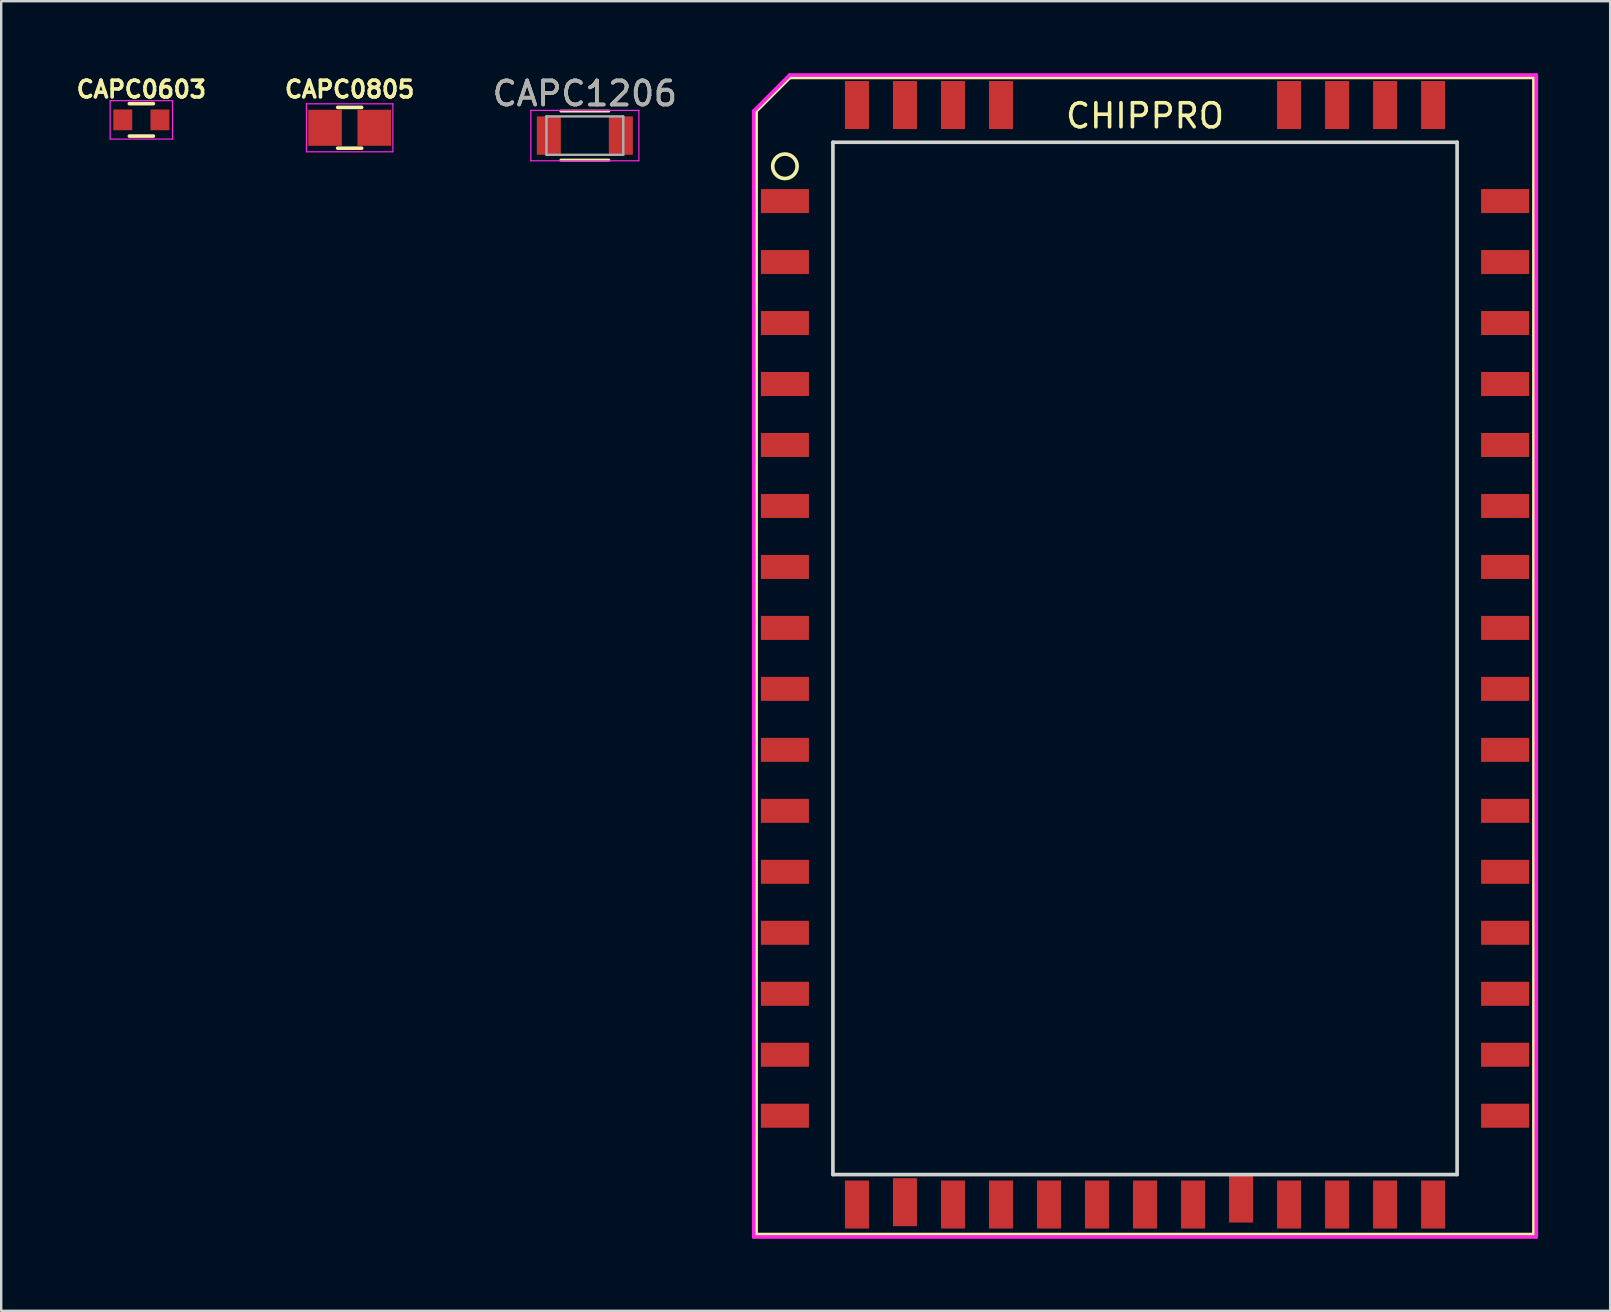
<source format=kicad_pcb>
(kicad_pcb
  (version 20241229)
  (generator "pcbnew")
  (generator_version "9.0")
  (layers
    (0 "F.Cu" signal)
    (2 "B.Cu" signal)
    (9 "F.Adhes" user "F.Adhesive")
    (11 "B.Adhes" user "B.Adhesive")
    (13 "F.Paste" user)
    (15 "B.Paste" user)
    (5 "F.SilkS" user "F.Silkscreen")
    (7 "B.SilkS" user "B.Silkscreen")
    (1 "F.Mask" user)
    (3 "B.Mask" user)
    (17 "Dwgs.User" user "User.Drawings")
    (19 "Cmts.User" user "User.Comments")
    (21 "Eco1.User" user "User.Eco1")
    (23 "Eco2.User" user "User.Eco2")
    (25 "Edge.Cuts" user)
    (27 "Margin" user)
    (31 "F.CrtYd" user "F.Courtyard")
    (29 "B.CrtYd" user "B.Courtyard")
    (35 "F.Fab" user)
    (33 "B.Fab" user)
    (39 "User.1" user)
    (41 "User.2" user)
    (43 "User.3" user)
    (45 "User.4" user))
  (footprint "CHIPPRO"
    (layer "F.Cu")
    (at 44.646 24.376)
    (property "Reference" "CHIPPRO" (at 0 -22.6 0) (layer "F.SilkS") (effects (font (size 1 1) (thickness 0.15))))
    (attr through_hole)
    (fp_line (start -16.2 -22.8) (end -16.2 24) (stroke (width 0.152) (type solid)) (layer "F.SilkS"))
    (fp_line (start -16.2 -22.8) (end -14.8 -24.2) (stroke (width 0.152) (type solid)) (layer "F.SilkS"))
    (fp_line (start -16.2 24) (end 16.2 24) (stroke (width 0.152) (type solid)) (layer "F.SilkS"))
    (fp_line (start 16.2 -24.2) (end -14.8 -24.2) (stroke (width 0.152) (type solid)) (layer "F.SilkS"))
    (fp_line (start 16.2 24) (end 16.2 -24.2) (stroke (width 0.152) (type solid)) (layer "F.SilkS"))
    (fp_circle (center -15 -20.5) (end -15.1 -20) (stroke (width 0.152) (type solid)) (fill no) (layer "F.SilkS"))
    (fp_line (start -13 -21.5) (end -13 21.5) (stroke (width 0.152) (type solid)) (layer "Edge.Cuts"))
    (fp_line (start -13 -21.5) (end 13 -21.5) (stroke (width 0.152) (type solid)) (layer "Edge.Cuts"))
    (fp_line (start -13 21.5) (end 13 21.5) (stroke (width 0.152) (type solid)) (layer "Edge.Cuts"))
    (fp_line (start 13 -21.5) (end 13 21.5) (stroke (width 0.152) (type solid)) (layer "Edge.Cuts"))
    (fp_line (start -16.3 -22.8) (end -16.3 24.1) (stroke (width 0.152) (type solid)) (layer "F.CrtYd"))
    (fp_line (start -16.3 24.1) (end 16.3 24.1) (stroke (width 0.152) (type solid)) (layer "F.CrtYd"))
    (fp_line (start -14.8 -24.3) (end -16.3 -22.8) (stroke (width 0.152) (type solid)) (layer "F.CrtYd"))
    (fp_line (start 16.3 -24.3) (end -14.8 -24.3) (stroke (width 0.152) (type solid)) (layer "F.CrtYd"))
    (fp_line (start 16.3 24.1) (end 16.3 -24.3) (stroke (width 0.152) (type solid)) (layer "F.CrtYd"))
    (pad "1" smd rect (at -15 -19.05) (size 2 1) (layers "F.Cu" "F.Mask" "F.Paste"))
    (pad "2" smd rect (at -15 -16.51) (size 2 1) (layers "F.Cu" "F.Mask" "F.Paste"))
    (pad "3" smd rect (at -15 -13.97) (size 2 1) (layers "F.Cu" "F.Mask" "F.Paste"))
    (pad "4" smd rect (at -15 -11.43) (size 2 1) (layers "F.Cu" "F.Mask" "F.Paste"))
    (pad "5" smd rect (at -15 -8.89) (size 2 1) (layers "F.Cu" "F.Mask" "F.Paste"))
    (pad "6" smd rect (at -15 -6.35) (size 2 1) (layers "F.Cu" "F.Mask" "F.Paste"))
    (pad "7" smd rect (at -15 -3.81) (size 2 1) (layers "F.Cu" "F.Mask" "F.Paste"))
    (pad "8" smd rect (at -15 -1.27) (size 2 1) (layers "F.Cu" "F.Mask" "F.Paste"))
    (pad "9" smd rect (at -15 1.27) (size 2 1) (layers "F.Cu" "F.Mask" "F.Paste"))
    (pad "10" smd rect (at -15 3.81) (size 2 1) (layers "F.Cu" "F.Mask" "F.Paste"))
    (pad "11" smd rect (at -15 6.35) (size 2 1) (layers "F.Cu" "F.Mask" "F.Paste"))
    (pad "12" smd rect (at -15 8.89) (size 2 1) (layers "F.Cu" "F.Mask" "F.Paste"))
    (pad "13" smd rect (at -15 11.43) (size 2 1) (layers "F.Cu" "F.Mask" "F.Paste"))
    (pad "14" smd rect (at -15 13.97) (size 2 1) (layers "F.Cu" "F.Mask" "F.Paste"))
    (pad "15" smd rect (at -15 16.51) (size 2 1) (layers "F.Cu" "F.Mask" "F.Paste"))
    (pad "16" smd rect (at -15 19.05) (size 2 1) (layers "F.Cu" "F.Mask" "F.Paste"))
    (pad "17" smd rect (at -12 22.75) (size 1 2) (layers "F.Cu" "F.Mask" "F.Paste"))
    (pad "18" smd rect (at -10 22.65) (size 1 2) (layers "F.Cu" "F.Mask" "F.Paste"))
    (pad "19" smd rect (at -8 22.75) (size 1 2) (layers "F.Cu" "F.Mask" "F.Paste"))
    (pad "20" smd rect (at -6 22.75) (size 1 2) (layers "F.Cu" "F.Mask" "F.Paste"))
    (pad "21" smd rect (at -4 22.75) (size 1 2) (layers "F.Cu" "F.Mask" "F.Paste"))
    (pad "22" smd rect (at -2 22.75) (size 1 2) (layers "F.Cu" "F.Mask" "F.Paste"))
    (pad "23" smd rect (at 0 22.75) (size 1 2) (layers "F.Cu" "F.Mask" "F.Paste"))
    (pad "24" smd rect (at 2 22.75) (size 1 2) (layers "F.Cu" "F.Mask" "F.Paste"))
    (pad "25" smd rect (at 4 22.5) (size 1 2) (layers "F.Cu" "F.Mask" "F.Paste"))
    (pad "26" smd rect (at 6 22.75) (size 1 2) (layers "F.Cu" "F.Mask" "F.Paste"))
    (pad "27" smd rect (at 8 22.75) (size 1 2) (layers "F.Cu" "F.Mask" "F.Paste"))
    (pad "28" smd rect (at 10 22.75) (size 1 2) (layers "F.Cu" "F.Mask" "F.Paste"))
    (pad "29" smd rect (at 12 22.75) (size 1 2) (layers "F.Cu" "F.Mask" "F.Paste"))
    (pad "30" smd rect (at 15 19.05) (size 2 1) (layers "F.Cu" "F.Mask" "F.Paste"))
    (pad "31" smd rect (at 15 16.51) (size 2 1) (layers "F.Cu" "F.Mask" "F.Paste"))
    (pad "32" smd rect (at 15 13.97) (size 2 1) (layers "F.Cu" "F.Mask" "F.Paste"))
    (pad "33" smd rect (at 15 11.43) (size 2 1) (layers "F.Cu" "F.Mask" "F.Paste"))
    (pad "34" smd rect (at 15 8.89) (size 2 1) (layers "F.Cu" "F.Mask" "F.Paste"))
    (pad "35" smd rect (at 15 6.35) (size 2 1) (layers "F.Cu" "F.Mask" "F.Paste"))
    (pad "36" smd rect (at 15 3.81) (size 2 1) (layers "F.Cu" "F.Mask" "F.Paste"))
    (pad "37" smd rect (at 15 1.27) (size 2 1) (layers "F.Cu" "F.Mask" "F.Paste"))
    (pad "38" smd rect (at 15 -1.27) (size 2 1) (layers "F.Cu" "F.Mask" "F.Paste"))
    (pad "39" smd rect (at 15 -3.81) (size 2 1) (layers "F.Cu" "F.Mask" "F.Paste"))
    (pad "40" smd rect (at 15 -6.35) (size 2 1) (layers "F.Cu" "F.Mask" "F.Paste"))
    (pad "41" smd rect (at 15 -8.89) (size 2 1) (layers "F.Cu" "F.Mask" "F.Paste"))
    (pad "42" smd rect (at 15 -11.43) (size 2 1) (layers "F.Cu" "F.Mask" "F.Paste"))
    (pad "43" smd rect (at 15 -13.97) (size 2 1) (layers "F.Cu" "F.Mask" "F.Paste"))
    (pad "44" smd rect (at 15 -16.51) (size 2 1) (layers "F.Cu" "F.Mask" "F.Paste"))
    (pad "45" smd rect (at 15 -19.05) (size 2 1) (layers "F.Cu" "F.Mask" "F.Paste"))
    (pad "46" smd rect (at 12 -23.05) (size 1 2) (layers "F.Cu" "F.Mask" "F.Paste"))
    (pad "47" smd rect (at 10 -23.05) (size 1 2) (layers "F.Cu" "F.Mask" "F.Paste"))
    (pad "48" smd rect (at 8 -23.05) (size 1 2) (layers "F.Cu" "F.Mask" "F.Paste"))
    (pad "49" smd rect (at 6 -23.05) (size 1 2) (layers "F.Cu" "F.Mask" "F.Paste"))
    (pad "50" smd rect (at -6 -23.05) (size 1 2) (layers "F.Cu" "F.Mask" "F.Paste"))
    (pad "51" smd rect (at -8 -23.05) (size 1 2) (layers "F.Cu" "F.Mask" "F.Paste"))
    (pad "52" smd rect (at -10 -23.05) (size 1 2) (layers "F.Cu" "F.Mask" "F.Paste"))
    (pad "53" smd rect (at -12 -23.05) (size 1 2) (layers "F.Cu" "F.Mask" "F.Paste")))
  (footprint "CAPC0805"
    (layer "F.Cu")
    (at 11.515 2.273)
    (property "Reference" "CAPC0805" (at 0 -1.6 0) (layer "F.SilkS") (effects (font (size 0.7 0.7) (thickness 0.15))))
    (attr smd)
    (fp_line (start -0.5 0.85) (end 0.5 0.85) (stroke (width 0.15) (type solid)) (layer "F.SilkS"))
    (fp_line (start 0.5 -0.85) (end -0.5 -0.85) (stroke (width 0.15) (type solid)) (layer "F.SilkS"))
    (fp_line (start -1.8 -1) (end -1.8 1) (stroke (width 0.05) (type solid)) (layer "F.CrtYd"))
    (fp_line (start -1.8 -1) (end 1.8 -1) (stroke (width 0.05) (type solid)) (layer "F.CrtYd"))
    (fp_line (start -1.8 1) (end 1.8 1) (stroke (width 0.05) (type solid)) (layer "F.CrtYd"))
    (fp_line (start 1.8 -1) (end 1.8 1) (stroke (width 0.05) (type solid)) (layer "F.CrtYd"))
    (pad "1" smd rect (at -1.025 0) (size 1.4 1.5) (layers "F.Cu" "F.Mask" "F.Paste"))
    (pad "2" smd rect (at 1.025 0) (size 1.4 1.5) (layers "F.Cu" "F.Mask" "F.Paste")))
  (footprint "CAPC1206"
    (layer "F.Cu")
    (at 21.312 2.598)
    (property "Reference" "CAPC1206" (at 0 -1.75 0) (layer "F.SilkS") (effects (font (size 1 1) (thickness 0.15))))
    (attr smd)
    (fp_line (start -1 1.02) (end 1 1.02) (stroke (width 0.12) (type solid)) (layer "F.SilkS"))
    (fp_line (start 1 -1.02) (end -1 -1.02) (stroke (width 0.12) (type solid)) (layer "F.SilkS"))
    (fp_line (start -2.25 -1.05) (end -2.25 1.05) (stroke (width 0.05) (type solid)) (layer "F.CrtYd"))
    (fp_line (start -2.25 -1.05) (end 2.25 -1.05) (stroke (width 0.05) (type solid)) (layer "F.CrtYd"))
    (fp_line (start 2.25 1.05) (end -2.25 1.05) (stroke (width 0.05) (type solid)) (layer "F.CrtYd"))
    (fp_line (start 2.25 1.05) (end 2.25 -1.05) (stroke (width 0.05) (type solid)) (layer "F.CrtYd"))
    (fp_line (start -1.6 -0.8) (end 1.6 -0.8) (stroke (width 0.1) (type solid)) (layer "F.Fab"))
    (fp_line (start -1.6 0.8) (end -1.6 -0.8) (stroke (width 0.1) (type solid)) (layer "F.Fab"))
    (fp_line (start 1.6 -0.8) (end 1.6 0.8) (stroke (width 0.1) (type solid)) (layer "F.Fab"))
    (fp_line (start 1.6 0.8) (end -1.6 0.8) (stroke (width 0.1) (type solid)) (layer "F.Fab"))
    (fp_text user "${REFERENCE}" (at 0 -1.75 0) (layer "F.Fab") (effects (font (size 1 1) (thickness 0.15))))
    (pad "1" smd rect (at -1.5 0) (size 1 1.6) (layers "F.Cu" "F.Mask" "F.Paste"))
    (pad "2" smd rect (at 1.5 0) (size 1 1.6) (layers "F.Cu" "F.Mask" "F.Paste")))
  (footprint "CAPC0603"
    (layer "F.Cu")
    (at 2.838 1.943)
    (property "Reference" "CAPC0603" (at 0 -1.27 0) (layer "F.SilkS") (effects (font (size 0.7 0.7) (thickness 0.15))))
    (attr smd)
    (fp_line (start -0.5 -0.675) (end 0.5 -0.675) (stroke (width 0.15) (type solid)) (layer "F.SilkS"))
    (fp_line (start 0.5 0.675) (end -0.5 0.675) (stroke (width 0.15) (type solid)) (layer "F.SilkS"))
    (fp_line (start -1.3 -0.8) (end -1.3 0.8) (stroke (width 0.05) (type solid)) (layer "F.CrtYd"))
    (fp_line (start -1.3 -0.8) (end 1.3 -0.8) (stroke (width 0.05) (type solid)) (layer "F.CrtYd"))
    (fp_line (start -1.3 0.8) (end 1.3 0.8) (stroke (width 0.05) (type solid)) (layer "F.CrtYd"))
    (fp_line (start 1.3 -0.8) (end 1.3 0.8) (stroke (width 0.05) (type solid)) (layer "F.CrtYd"))
    (pad "1" smd rect (at -0.774 0) (size 0.787 0.864) (layers "F.Cu" "F.Mask" "F.Paste"))
    (pad "2" smd rect (at 0.774 0) (size 0.787 0.864) (layers "F.Cu" "F.Mask" "F.Paste")))
  (gr_rect
    (start -3 -3)
    (end 64.022 51.552)
    (stroke (width 0.1) (type default))
    (fill no)
    (layer "Edge.Cuts")))
</source>
